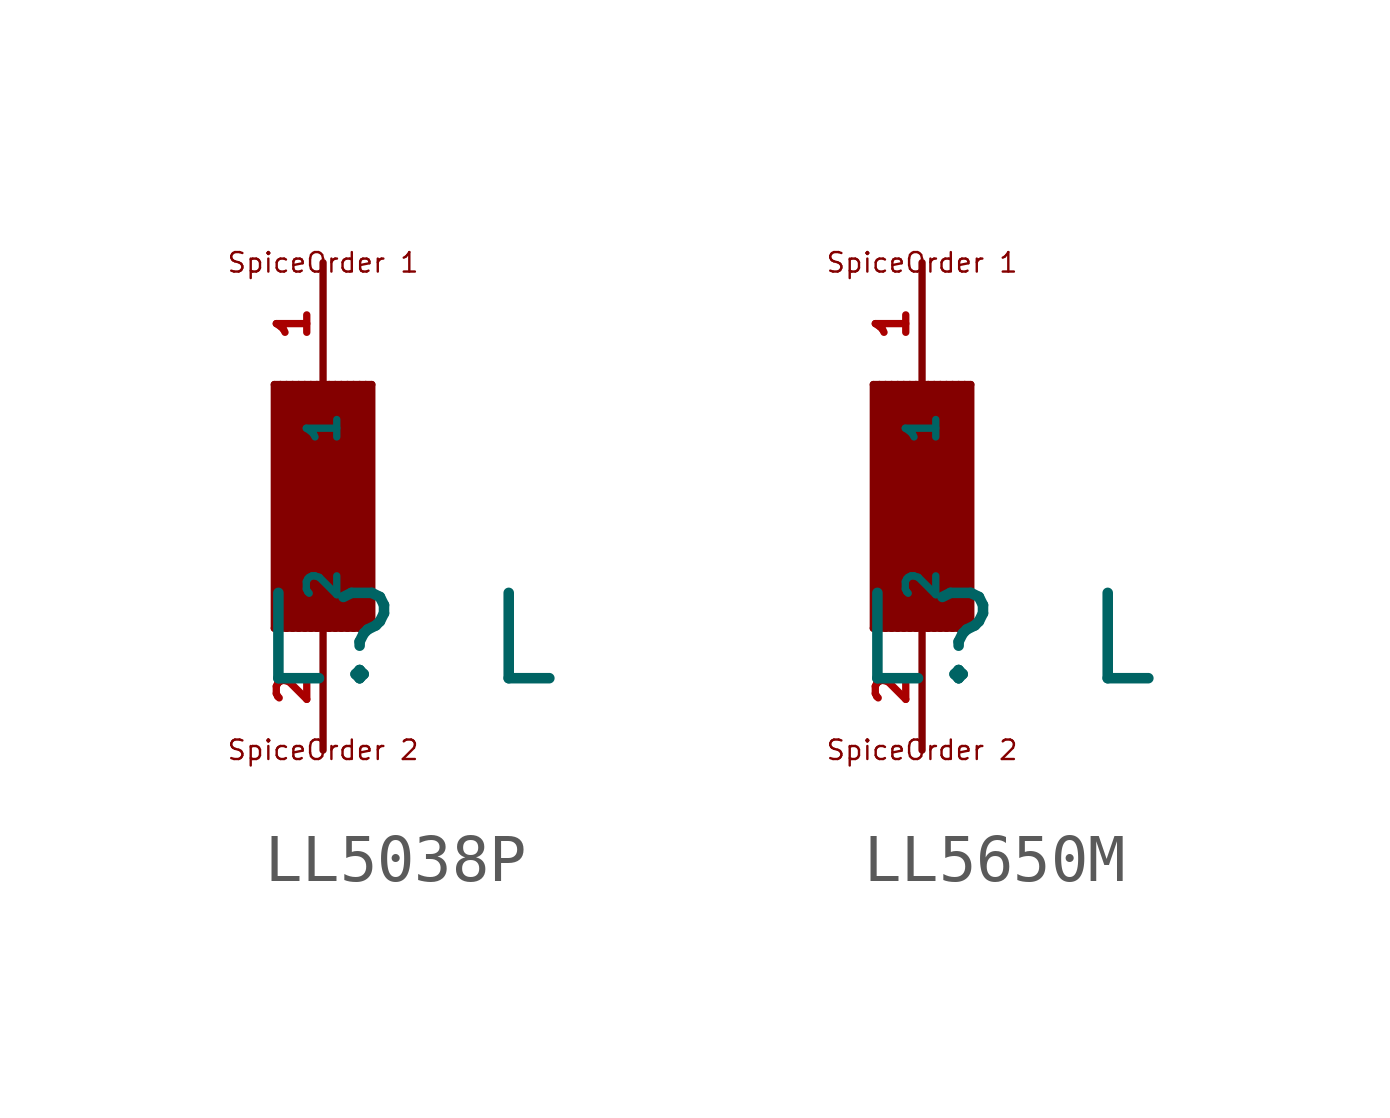
<source format=kicad_sym>
(kicad_symbol_lib
  (version 20220914)
  (generator Eagle2Kicad)
  (symbol "LL5038P"
    (property "Reference" "L"
      (at -1.499 -3.81 0)
      (effects (font (size 1.778 1.778) (thickness 0.22)) (justify left bottom)))
    (property "Value" "L"
      (at 3.302 -3.81 0)
      (effects (font (size 1.778 1.778) (thickness 0.22)) (justify left bottom)))
    (polyline
      (pts (xy -1.016 2.54) (xy -0.889 2.54))
      (stroke (width 0.152) (type default))
      (fill (type none)))
    (polyline
      (pts (xy -0.889 2.54) (xy -0.762 2.54))
      (stroke (width 0.152) (type default))
      (fill (type none)))
    (polyline
      (pts (xy -0.762 2.54) (xy -0.635 2.54))
      (stroke (width 0.152) (type default))
      (fill (type none)))
    (polyline
      (pts (xy -0.635 2.54) (xy -0.508 2.54))
      (stroke (width 0.152) (type default))
      (fill (type none)))
    (polyline
      (pts (xy -0.508 2.54) (xy -0.381 2.54))
      (stroke (width 0.152) (type default))
      (fill (type none)))
    (polyline
      (pts (xy -0.381 2.54) (xy -0.254 2.54))
      (stroke (width 0.152) (type default))
      (fill (type none)))
    (polyline
      (pts (xy -0.254 2.54) (xy -0.127 2.54))
      (stroke (width 0.152) (type default))
      (fill (type none)))
    (polyline
      (pts (xy -0.127 2.54) (xy 0 2.54))
      (stroke (width 0.152) (type default))
      (fill (type none)))
    (polyline
      (pts (xy 0 2.54) (xy 0.127 2.54))
      (stroke (width 0.152) (type default))
      (fill (type none)))
    (polyline
      (pts (xy 0.127 2.54) (xy 0.254 2.54))
      (stroke (width 0.152) (type default))
      (fill (type none)))
    (polyline
      (pts (xy 0.254 2.54) (xy 0.381 2.54))
      (stroke (width 0.152) (type default))
      (fill (type none)))
    (polyline
      (pts (xy 0.381 2.54) (xy 0.508 2.54))
      (stroke (width 0.152) (type default))
      (fill (type none)))
    (polyline
      (pts (xy 0.508 2.54) (xy 0.635 2.54))
      (stroke (width 0.152) (type default))
      (fill (type none)))
    (polyline
      (pts (xy 0.635 2.54) (xy 0.762 2.54))
      (stroke (width 0.152) (type default))
      (fill (type none)))
    (polyline
      (pts (xy 0.762 2.54) (xy 0.889 2.54))
      (stroke (width 0.152) (type default))
      (fill (type none)))
    (polyline
      (pts (xy 0.889 2.54) (xy 1.016 2.54))
      (stroke (width 0.152) (type default))
      (fill (type none)))
    (polyline
      (pts (xy 1.016 2.54) (xy 1.016 -2.54))
      (stroke (width 0.152) (type default))
      (fill (type none)))
    (polyline
      (pts (xy 1.016 -2.54) (xy 0.889 -2.54))
      (stroke (width 0.152) (type default))
      (fill (type none)))
    (polyline
      (pts (xy 0.889 -2.54) (xy 0.762 -2.54))
      (stroke (width 0.152) (type default))
      (fill (type none)))
    (polyline
      (pts (xy 0.762 -2.54) (xy 0.635 -2.54))
      (stroke (width 0.152) (type default))
      (fill (type none)))
    (polyline
      (pts (xy 0.635 -2.54) (xy 0.508 -2.54))
      (stroke (width 0.152) (type default))
      (fill (type none)))
    (polyline
      (pts (xy 0.508 -2.54) (xy 0.381 -2.54))
      (stroke (width 0.152) (type default))
      (fill (type none)))
    (polyline
      (pts (xy 0.381 -2.54) (xy 0.254 -2.54))
      (stroke (width 0.152) (type default))
      (fill (type none)))
    (polyline
      (pts (xy 0.254 -2.54) (xy 0.127 -2.54))
      (stroke (width 0.152) (type default))
      (fill (type none)))
    (polyline
      (pts (xy 0.127 -2.54) (xy 0 -2.54))
      (stroke (width 0.152) (type default))
      (fill (type none)))
    (polyline
      (pts (xy 0 -2.54) (xy -0.127 -2.54))
      (stroke (width 0.152) (type default))
      (fill (type none)))
    (polyline
      (pts (xy -0.127 -2.54) (xy -0.254 -2.54))
      (stroke (width 0.152) (type default))
      (fill (type none)))
    (polyline
      (pts (xy -0.254 -2.54) (xy -0.381 -2.54))
      (stroke (width 0.152) (type default))
      (fill (type none)))
    (polyline
      (pts (xy -0.381 -2.54) (xy -0.508 -2.54))
      (stroke (width 0.152) (type default))
      (fill (type none)))
    (polyline
      (pts (xy -0.508 -2.54) (xy -0.635 -2.54))
      (stroke (width 0.152) (type default))
      (fill (type none)))
    (polyline
      (pts (xy -0.635 -2.54) (xy -0.762 -2.54))
      (stroke (width 0.152) (type default))
      (fill (type none)))
    (polyline
      (pts (xy -0.762 -2.54) (xy -0.889 -2.54))
      (stroke (width 0.152) (type default))
      (fill (type none)))
    (polyline
      (pts (xy -0.889 -2.54) (xy -1.016 -2.54))
      (stroke (width 0.152) (type default))
      (fill (type none)))
    (polyline
      (pts (xy 0.889 2.54) (xy 0.889 -2.54))
      (stroke (width 0.152) (type default))
      (fill (type none)))
    (polyline
      (pts (xy 0.762 2.54) (xy 0.762 -2.54))
      (stroke (width 0.152) (type default))
      (fill (type none)))
    (polyline
      (pts (xy 0.635 2.54) (xy 0.635 -2.54))
      (stroke (width 0.152) (type default))
      (fill (type none)))
    (polyline
      (pts (xy 0.508 2.54) (xy 0.508 -2.54))
      (stroke (width 0.152) (type default))
      (fill (type none)))
    (polyline
      (pts (xy 0.381 2.54) (xy 0.381 -2.54))
      (stroke (width 0.152) (type default))
      (fill (type none)))
    (polyline
      (pts (xy 0.254 2.54) (xy 0.254 -2.54))
      (stroke (width 0.152) (type default))
      (fill (type none)))
    (polyline
      (pts (xy 0.127 2.54) (xy 0.127 -2.54))
      (stroke (width 0.152) (type default))
      (fill (type none)))
    (polyline
      (pts (xy 0 2.54) (xy 0 -2.54))
      (stroke (width 0.152) (type default))
      (fill (type none)))
    (polyline
      (pts (xy -0.127 2.54) (xy -0.127 -2.54))
      (stroke (width 0.152) (type default))
      (fill (type none)))
    (polyline
      (pts (xy -0.254 2.54) (xy -0.254 -2.54))
      (stroke (width 0.152) (type default))
      (fill (type none)))
    (polyline
      (pts (xy -0.381 2.54) (xy -0.381 -2.54))
      (stroke (width 0.152) (type default))
      (fill (type none)))
    (polyline
      (pts (xy -0.508 2.54) (xy -0.508 -2.54))
      (stroke (width 0.152) (type default))
      (fill (type none)))
    (polyline
      (pts (xy -0.635 2.54) (xy -0.635 -2.54))
      (stroke (width 0.152) (type default))
      (fill (type none)))
    (polyline
      (pts (xy -0.762 2.54) (xy -0.762 -2.54))
      (stroke (width 0.152) (type default))
      (fill (type none)))
    (polyline
      (pts (xy -0.889 2.54) (xy -0.889 -2.54))
      (stroke (width 0.152) (type default))
      (fill (type none)))
    (polyline
      (pts (xy -1.016 2.54) (xy -1.016 -2.54))
      (stroke (width 0.152) (type default))
      (fill (type none)))
    (text "SpiceOrder 1"
      (at 0 5.08 0)
      (effects (font (size 0.406 0.406) (thickness 0.05))))
    (text "SpiceOrder 2"
      (at 0 -5.08 0)
      (effects (font (size 0.406 0.406) (thickness 0.05))))
    (pin passive line
      (at 0 5.08 270)
      (length 2.54)
      (name "1" (effects (font (size 0.635 0.635) (thickness 0.08)) (justify left bottom)))
      (number "1" (effects (font (size 0.635 0.635) (thickness 0.08)) (justify left bottom))))
    (pin passive line
      (at 0 -5.08 90)
      (length 2.54)
      (name "2" (effects (font (size 0.635 0.635) (thickness 0.08)) (justify left bottom)))
      (number "2" (effects (font (size 0.635 0.635) (thickness 0.08)) (justify left bottom)))))
  (symbol "LL5650M"
    (property "Reference" "L"
      (at -1.499 -3.81 0)
      (effects (font (size 1.778 1.778) (thickness 0.22)) (justify left bottom)))
    (property "Value" "L"
      (at 3.302 -3.81 0)
      (effects (font (size 1.778 1.778) (thickness 0.22)) (justify left bottom)))
    (polyline
      (pts (xy -1.016 2.54) (xy -0.889 2.54))
      (stroke (width 0.152) (type default))
      (fill (type none)))
    (polyline
      (pts (xy -0.889 2.54) (xy -0.762 2.54))
      (stroke (width 0.152) (type default))
      (fill (type none)))
    (polyline
      (pts (xy -0.762 2.54) (xy -0.635 2.54))
      (stroke (width 0.152) (type default))
      (fill (type none)))
    (polyline
      (pts (xy -0.635 2.54) (xy -0.508 2.54))
      (stroke (width 0.152) (type default))
      (fill (type none)))
    (polyline
      (pts (xy -0.508 2.54) (xy -0.381 2.54))
      (stroke (width 0.152) (type default))
      (fill (type none)))
    (polyline
      (pts (xy -0.381 2.54) (xy -0.254 2.54))
      (stroke (width 0.152) (type default))
      (fill (type none)))
    (polyline
      (pts (xy -0.254 2.54) (xy -0.127 2.54))
      (stroke (width 0.152) (type default))
      (fill (type none)))
    (polyline
      (pts (xy -0.127 2.54) (xy 0 2.54))
      (stroke (width 0.152) (type default))
      (fill (type none)))
    (polyline
      (pts (xy 0 2.54) (xy 0.127 2.54))
      (stroke (width 0.152) (type default))
      (fill (type none)))
    (polyline
      (pts (xy 0.127 2.54) (xy 0.254 2.54))
      (stroke (width 0.152) (type default))
      (fill (type none)))
    (polyline
      (pts (xy 0.254 2.54) (xy 0.381 2.54))
      (stroke (width 0.152) (type default))
      (fill (type none)))
    (polyline
      (pts (xy 0.381 2.54) (xy 0.508 2.54))
      (stroke (width 0.152) (type default))
      (fill (type none)))
    (polyline
      (pts (xy 0.508 2.54) (xy 0.635 2.54))
      (stroke (width 0.152) (type default))
      (fill (type none)))
    (polyline
      (pts (xy 0.635 2.54) (xy 0.762 2.54))
      (stroke (width 0.152) (type default))
      (fill (type none)))
    (polyline
      (pts (xy 0.762 2.54) (xy 0.889 2.54))
      (stroke (width 0.152) (type default))
      (fill (type none)))
    (polyline
      (pts (xy 0.889 2.54) (xy 1.016 2.54))
      (stroke (width 0.152) (type default))
      (fill (type none)))
    (polyline
      (pts (xy 1.016 2.54) (xy 1.016 -2.54))
      (stroke (width 0.152) (type default))
      (fill (type none)))
    (polyline
      (pts (xy 1.016 -2.54) (xy 0.889 -2.54))
      (stroke (width 0.152) (type default))
      (fill (type none)))
    (polyline
      (pts (xy 0.889 -2.54) (xy 0.762 -2.54))
      (stroke (width 0.152) (type default))
      (fill (type none)))
    (polyline
      (pts (xy 0.762 -2.54) (xy 0.635 -2.54))
      (stroke (width 0.152) (type default))
      (fill (type none)))
    (polyline
      (pts (xy 0.635 -2.54) (xy 0.508 -2.54))
      (stroke (width 0.152) (type default))
      (fill (type none)))
    (polyline
      (pts (xy 0.508 -2.54) (xy 0.381 -2.54))
      (stroke (width 0.152) (type default))
      (fill (type none)))
    (polyline
      (pts (xy 0.381 -2.54) (xy 0.254 -2.54))
      (stroke (width 0.152) (type default))
      (fill (type none)))
    (polyline
      (pts (xy 0.254 -2.54) (xy 0.127 -2.54))
      (stroke (width 0.152) (type default))
      (fill (type none)))
    (polyline
      (pts (xy 0.127 -2.54) (xy 0 -2.54))
      (stroke (width 0.152) (type default))
      (fill (type none)))
    (polyline
      (pts (xy 0 -2.54) (xy -0.127 -2.54))
      (stroke (width 0.152) (type default))
      (fill (type none)))
    (polyline
      (pts (xy -0.127 -2.54) (xy -0.254 -2.54))
      (stroke (width 0.152) (type default))
      (fill (type none)))
    (polyline
      (pts (xy -0.254 -2.54) (xy -0.381 -2.54))
      (stroke (width 0.152) (type default))
      (fill (type none)))
    (polyline
      (pts (xy -0.381 -2.54) (xy -0.508 -2.54))
      (stroke (width 0.152) (type default))
      (fill (type none)))
    (polyline
      (pts (xy -0.508 -2.54) (xy -0.635 -2.54))
      (stroke (width 0.152) (type default))
      (fill (type none)))
    (polyline
      (pts (xy -0.635 -2.54) (xy -0.762 -2.54))
      (stroke (width 0.152) (type default))
      (fill (type none)))
    (polyline
      (pts (xy -0.762 -2.54) (xy -0.889 -2.54))
      (stroke (width 0.152) (type default))
      (fill (type none)))
    (polyline
      (pts (xy -0.889 -2.54) (xy -1.016 -2.54))
      (stroke (width 0.152) (type default))
      (fill (type none)))
    (polyline
      (pts (xy 0.889 2.54) (xy 0.889 -2.54))
      (stroke (width 0.152) (type default))
      (fill (type none)))
    (polyline
      (pts (xy 0.762 2.54) (xy 0.762 -2.54))
      (stroke (width 0.152) (type default))
      (fill (type none)))
    (polyline
      (pts (xy 0.635 2.54) (xy 0.635 -2.54))
      (stroke (width 0.152) (type default))
      (fill (type none)))
    (polyline
      (pts (xy 0.508 2.54) (xy 0.508 -2.54))
      (stroke (width 0.152) (type default))
      (fill (type none)))
    (polyline
      (pts (xy 0.381 2.54) (xy 0.381 -2.54))
      (stroke (width 0.152) (type default))
      (fill (type none)))
    (polyline
      (pts (xy 0.254 2.54) (xy 0.254 -2.54))
      (stroke (width 0.152) (type default))
      (fill (type none)))
    (polyline
      (pts (xy 0.127 2.54) (xy 0.127 -2.54))
      (stroke (width 0.152) (type default))
      (fill (type none)))
    (polyline
      (pts (xy 0 2.54) (xy 0 -2.54))
      (stroke (width 0.152) (type default))
      (fill (type none)))
    (polyline
      (pts (xy -0.127 2.54) (xy -0.127 -2.54))
      (stroke (width 0.152) (type default))
      (fill (type none)))
    (polyline
      (pts (xy -0.254 2.54) (xy -0.254 -2.54))
      (stroke (width 0.152) (type default))
      (fill (type none)))
    (polyline
      (pts (xy -0.381 2.54) (xy -0.381 -2.54))
      (stroke (width 0.152) (type default))
      (fill (type none)))
    (polyline
      (pts (xy -0.508 2.54) (xy -0.508 -2.54))
      (stroke (width 0.152) (type default))
      (fill (type none)))
    (polyline
      (pts (xy -0.635 2.54) (xy -0.635 -2.54))
      (stroke (width 0.152) (type default))
      (fill (type none)))
    (polyline
      (pts (xy -0.762 2.54) (xy -0.762 -2.54))
      (stroke (width 0.152) (type default))
      (fill (type none)))
    (polyline
      (pts (xy -0.889 2.54) (xy -0.889 -2.54))
      (stroke (width 0.152) (type default))
      (fill (type none)))
    (polyline
      (pts (xy -1.016 2.54) (xy -1.016 -2.54))
      (stroke (width 0.152) (type default))
      (fill (type none)))
    (text "SpiceOrder 1"
      (at 0 5.08 0)
      (effects (font (size 0.406 0.406) (thickness 0.05))))
    (text "SpiceOrder 2"
      (at 0 -5.08 0)
      (effects (font (size 0.406 0.406) (thickness 0.05))))
    (pin passive line
      (at 0 5.08 270)
      (length 2.54)
      (name "1" (effects (font (size 0.635 0.635) (thickness 0.08)) (justify left bottom)))
      (number "1" (effects (font (size 0.635 0.635) (thickness 0.08)) (justify left bottom))))
    (pin passive line
      (at 0 -5.08 90)
      (length 2.54)
      (name "2" (effects (font (size 0.635 0.635) (thickness 0.08)) (justify left bottom)))
      (number "2" (effects (font (size 0.635 0.635) (thickness 0.08)) (justify left bottom))))))
</source>
